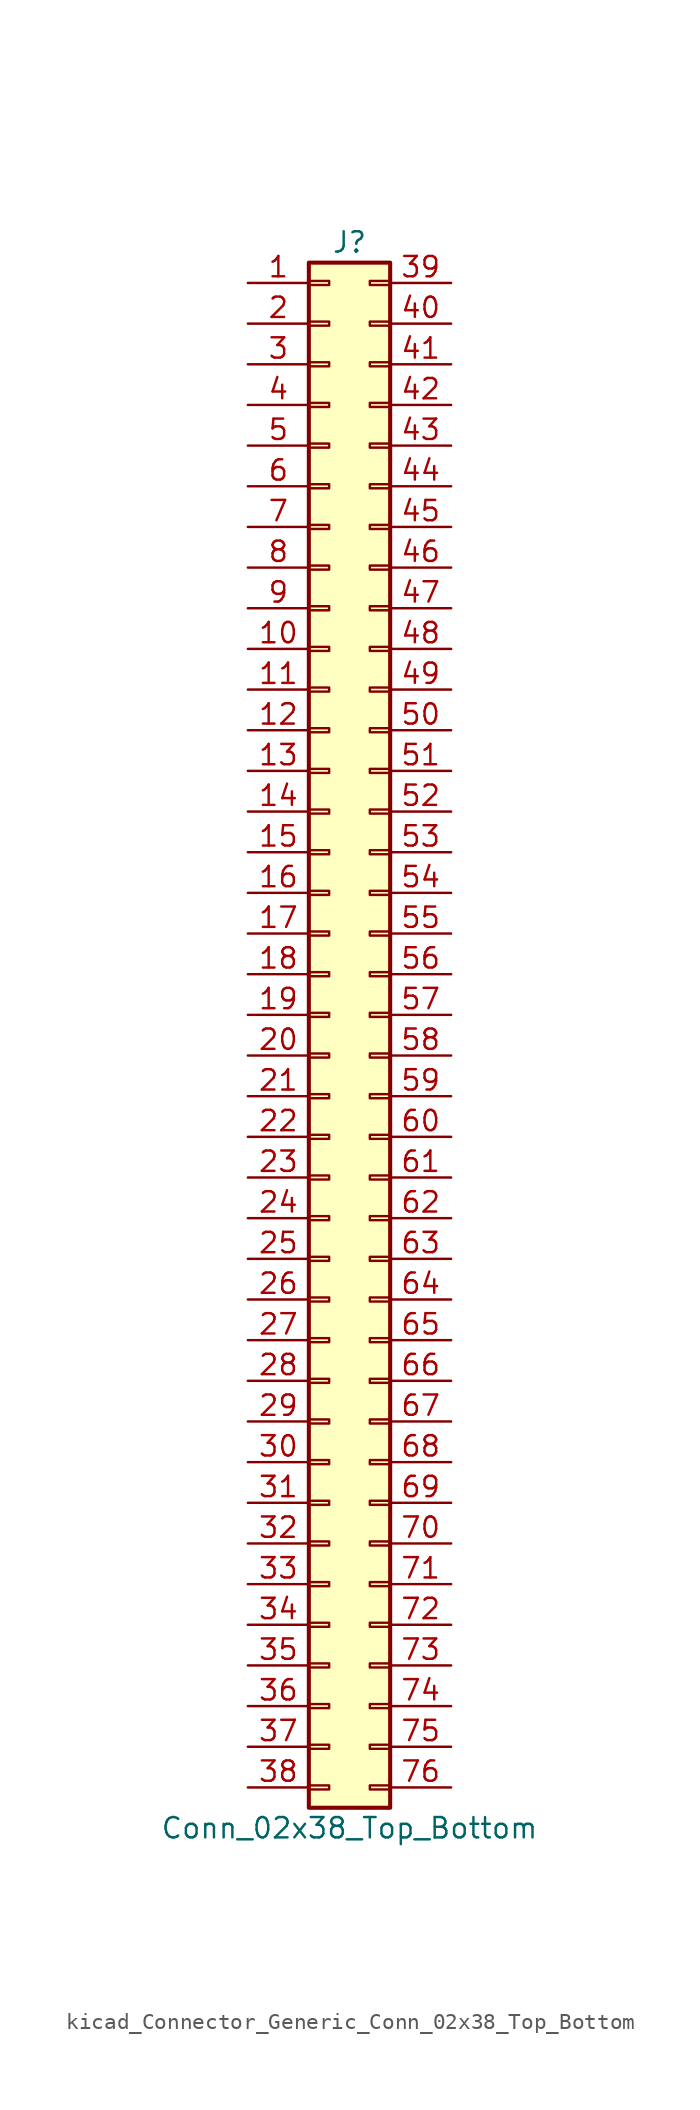
<source format=kicad_sym>
(kicad_symbol_lib
  (version 20220914)
  (generator kicad_symbol_editor)
  (symbol "kicad_Connector_Generic_Conn_02x38_Top_Bottom"
    (pin_names
      (offset 1.016) hide)
    (property "Reference" "J"
      (at 1.27 48.26 0)
      (effects (font (size 1.27 1.27))))
    (property "Value" "Conn_02x38_Top_Bottom"
      (at 1.27 -50.8 0)
      (effects (font (size 1.27 1.27))))
    (symbol "kicad_Connector_Generic_Conn_02x38_Top_Bottom_1_1"
      (rectangle (start -1.27 -48.133) (end 0 -48.387) (stroke (width 0.152) (type default)) (fill (type none)))
      (rectangle (start -1.27 -45.593) (end 0 -45.847) (stroke (width 0.152) (type default)) (fill (type none)))
      (rectangle (start -1.27 -43.053) (end 0 -43.307) (stroke (width 0.152) (type default)) (fill (type none)))
      (rectangle (start -1.27 -40.513) (end 0 -40.767) (stroke (width 0.152) (type default)) (fill (type none)))
      (rectangle (start -1.27 -37.973) (end 0 -38.227) (stroke (width 0.152) (type default)) (fill (type none)))
      (rectangle (start -1.27 -35.433) (end 0 -35.687) (stroke (width 0.152) (type default)) (fill (type none)))
      (rectangle (start -1.27 -32.893) (end 0 -33.147) (stroke (width 0.152) (type default)) (fill (type none)))
      (rectangle (start -1.27 -30.353) (end 0 -30.607) (stroke (width 0.152) (type default)) (fill (type none)))
      (rectangle (start -1.27 -27.813) (end 0 -28.067) (stroke (width 0.152) (type default)) (fill (type none)))
      (rectangle (start -1.27 -25.273) (end 0 -25.527) (stroke (width 0.152) (type default)) (fill (type none)))
      (rectangle (start -1.27 -22.733) (end 0 -22.987) (stroke (width 0.152) (type default)) (fill (type none)))
      (rectangle (start -1.27 -20.193) (end 0 -20.447) (stroke (width 0.152) (type default)) (fill (type none)))
      (rectangle (start -1.27 -17.653) (end 0 -17.907) (stroke (width 0.152) (type default)) (fill (type none)))
      (rectangle (start -1.27 -15.113) (end 0 -15.367) (stroke (width 0.152) (type default)) (fill (type none)))
      (rectangle (start -1.27 -12.573) (end 0 -12.827) (stroke (width 0.152) (type default)) (fill (type none)))
      (rectangle (start -1.27 -10.033) (end 0 -10.287) (stroke (width 0.152) (type default)) (fill (type none)))
      (rectangle (start -1.27 -7.493) (end 0 -7.747) (stroke (width 0.152) (type default)) (fill (type none)))
      (rectangle (start -1.27 -4.953) (end 0 -5.207) (stroke (width 0.152) (type default)) (fill (type none)))
      (rectangle (start -1.27 -2.413) (end 0 -2.667) (stroke (width 0.152) (type default)) (fill (type none)))
      (rectangle (start -1.27 0.127) (end 0 -0.127) (stroke (width 0.152) (type default)) (fill (type none)))
      (rectangle (start -1.27 2.667) (end 0 2.413) (stroke (width 0.152) (type default)) (fill (type none)))
      (rectangle (start -1.27 5.207) (end 0 4.953) (stroke (width 0.152) (type default)) (fill (type none)))
      (rectangle (start -1.27 7.747) (end 0 7.493) (stroke (width 0.152) (type default)) (fill (type none)))
      (rectangle (start -1.27 10.287) (end 0 10.033) (stroke (width 0.152) (type default)) (fill (type none)))
      (rectangle (start -1.27 12.827) (end 0 12.573) (stroke (width 0.152) (type default)) (fill (type none)))
      (rectangle (start -1.27 15.367) (end 0 15.113) (stroke (width 0.152) (type default)) (fill (type none)))
      (rectangle (start -1.27 17.907) (end 0 17.653) (stroke (width 0.152) (type default)) (fill (type none)))
      (rectangle (start -1.27 20.447) (end 0 20.193) (stroke (width 0.152) (type default)) (fill (type none)))
      (rectangle (start -1.27 22.987) (end 0 22.733) (stroke (width 0.152) (type default)) (fill (type none)))
      (rectangle (start -1.27 25.527) (end 0 25.273) (stroke (width 0.152) (type default)) (fill (type none)))
      (rectangle (start -1.27 28.067) (end 0 27.813) (stroke (width 0.152) (type default)) (fill (type none)))
      (rectangle (start -1.27 30.607) (end 0 30.353) (stroke (width 0.152) (type default)) (fill (type none)))
      (rectangle (start -1.27 33.147) (end 0 32.893) (stroke (width 0.152) (type default)) (fill (type none)))
      (rectangle (start -1.27 35.687) (end 0 35.433) (stroke (width 0.152) (type default)) (fill (type none)))
      (rectangle (start -1.27 38.227) (end 0 37.973) (stroke (width 0.152) (type default)) (fill (type none)))
      (rectangle (start -1.27 40.767) (end 0 40.513) (stroke (width 0.152) (type default)) (fill (type none)))
      (rectangle (start -1.27 43.307) (end 0 43.053) (stroke (width 0.152) (type default)) (fill (type none)))
      (rectangle (start -1.27 45.847) (end 0 45.593) (stroke (width 0.152) (type default)) (fill (type none)))
      (rectangle (start -1.27 46.99) (end 3.81 -49.53) (stroke (width 0.254) (type default)) (fill (type background)))
      (rectangle (start 3.81 -48.133) (end 2.54 -48.387) (stroke (width 0.152) (type default)) (fill (type none)))
      (rectangle (start 3.81 -45.593) (end 2.54 -45.847) (stroke (width 0.152) (type default)) (fill (type none)))
      (rectangle (start 3.81 -43.053) (end 2.54 -43.307) (stroke (width 0.152) (type default)) (fill (type none)))
      (rectangle (start 3.81 -40.513) (end 2.54 -40.767) (stroke (width 0.152) (type default)) (fill (type none)))
      (rectangle (start 3.81 -37.973) (end 2.54 -38.227) (stroke (width 0.152) (type default)) (fill (type none)))
      (rectangle (start 3.81 -35.433) (end 2.54 -35.687) (stroke (width 0.152) (type default)) (fill (type none)))
      (rectangle (start 3.81 -32.893) (end 2.54 -33.147) (stroke (width 0.152) (type default)) (fill (type none)))
      (rectangle (start 3.81 -30.353) (end 2.54 -30.607) (stroke (width 0.152) (type default)) (fill (type none)))
      (rectangle (start 3.81 -27.813) (end 2.54 -28.067) (stroke (width 0.152) (type default)) (fill (type none)))
      (rectangle (start 3.81 -25.273) (end 2.54 -25.527) (stroke (width 0.152) (type default)) (fill (type none)))
      (rectangle (start 3.81 -22.733) (end 2.54 -22.987) (stroke (width 0.152) (type default)) (fill (type none)))
      (rectangle (start 3.81 -20.193) (end 2.54 -20.447) (stroke (width 0.152) (type default)) (fill (type none)))
      (rectangle (start 3.81 -17.653) (end 2.54 -17.907) (stroke (width 0.152) (type default)) (fill (type none)))
      (rectangle (start 3.81 -15.113) (end 2.54 -15.367) (stroke (width 0.152) (type default)) (fill (type none)))
      (rectangle (start 3.81 -12.573) (end 2.54 -12.827) (stroke (width 0.152) (type default)) (fill (type none)))
      (rectangle (start 3.81 -10.033) (end 2.54 -10.287) (stroke (width 0.152) (type default)) (fill (type none)))
      (rectangle (start 3.81 -7.493) (end 2.54 -7.747) (stroke (width 0.152) (type default)) (fill (type none)))
      (rectangle (start 3.81 -4.953) (end 2.54 -5.207) (stroke (width 0.152) (type default)) (fill (type none)))
      (rectangle (start 3.81 -2.413) (end 2.54 -2.667) (stroke (width 0.152) (type default)) (fill (type none)))
      (rectangle (start 3.81 0.127) (end 2.54 -0.127) (stroke (width 0.152) (type default)) (fill (type none)))
      (rectangle (start 3.81 2.667) (end 2.54 2.413) (stroke (width 0.152) (type default)) (fill (type none)))
      (rectangle (start 3.81 5.207) (end 2.54 4.953) (stroke (width 0.152) (type default)) (fill (type none)))
      (rectangle (start 3.81 7.747) (end 2.54 7.493) (stroke (width 0.152) (type default)) (fill (type none)))
      (rectangle (start 3.81 10.287) (end 2.54 10.033) (stroke (width 0.152) (type default)) (fill (type none)))
      (rectangle (start 3.81 12.827) (end 2.54 12.573) (stroke (width 0.152) (type default)) (fill (type none)))
      (rectangle (start 3.81 15.367) (end 2.54 15.113) (stroke (width 0.152) (type default)) (fill (type none)))
      (rectangle (start 3.81 17.907) (end 2.54 17.653) (stroke (width 0.152) (type default)) (fill (type none)))
      (rectangle (start 3.81 20.447) (end 2.54 20.193) (stroke (width 0.152) (type default)) (fill (type none)))
      (rectangle (start 3.81 22.987) (end 2.54 22.733) (stroke (width 0.152) (type default)) (fill (type none)))
      (rectangle (start 3.81 25.527) (end 2.54 25.273) (stroke (width 0.152) (type default)) (fill (type none)))
      (rectangle (start 3.81 28.067) (end 2.54 27.813) (stroke (width 0.152) (type default)) (fill (type none)))
      (rectangle (start 3.81 30.607) (end 2.54 30.353) (stroke (width 0.152) (type default)) (fill (type none)))
      (rectangle (start 3.81 33.147) (end 2.54 32.893) (stroke (width 0.152) (type default)) (fill (type none)))
      (rectangle (start 3.81 35.687) (end 2.54 35.433) (stroke (width 0.152) (type default)) (fill (type none)))
      (rectangle (start 3.81 38.227) (end 2.54 37.973) (stroke (width 0.152) (type default)) (fill (type none)))
      (rectangle (start 3.81 40.767) (end 2.54 40.513) (stroke (width 0.152) (type default)) (fill (type none)))
      (rectangle (start 3.81 43.307) (end 2.54 43.053) (stroke (width 0.152) (type default)) (fill (type none)))
      (rectangle (start 3.81 45.847) (end 2.54 45.593) (stroke (width 0.152) (type default)) (fill (type none)))
      (pin passive line (at -5.08 45.72 0) (length 3.81) (name "Pin_1" (effects (font (size 1.27 1.27)))) (number "1" (effects (font (size 1.27 1.27)))))
      (pin passive line (at -5.08 22.86 0) (length 3.81) (name "Pin_10" (effects (font (size 1.27 1.27)))) (number "10" (effects (font (size 1.27 1.27)))))
      (pin passive line (at -5.08 20.32 0) (length 3.81) (name "Pin_11" (effects (font (size 1.27 1.27)))) (number "11" (effects (font (size 1.27 1.27)))))
      (pin passive line (at -5.08 17.78 0) (length 3.81) (name "Pin_12" (effects (font (size 1.27 1.27)))) (number "12" (effects (font (size 1.27 1.27)))))
      (pin passive line (at -5.08 15.24 0) (length 3.81) (name "Pin_13" (effects (font (size 1.27 1.27)))) (number "13" (effects (font (size 1.27 1.27)))))
      (pin passive line (at -5.08 12.7 0) (length 3.81) (name "Pin_14" (effects (font (size 1.27 1.27)))) (number "14" (effects (font (size 1.27 1.27)))))
      (pin passive line (at -5.08 10.16 0) (length 3.81) (name "Pin_15" (effects (font (size 1.27 1.27)))) (number "15" (effects (font (size 1.27 1.27)))))
      (pin passive line (at -5.08 7.62 0) (length 3.81) (name "Pin_16" (effects (font (size 1.27 1.27)))) (number "16" (effects (font (size 1.27 1.27)))))
      (pin passive line (at -5.08 5.08 0) (length 3.81) (name "Pin_17" (effects (font (size 1.27 1.27)))) (number "17" (effects (font (size 1.27 1.27)))))
      (pin passive line (at -5.08 2.54 0) (length 3.81) (name "Pin_18" (effects (font (size 1.27 1.27)))) (number "18" (effects (font (size 1.27 1.27)))))
      (pin passive line (at -5.08 0 0) (length 3.81) (name "Pin_19" (effects (font (size 1.27 1.27)))) (number "19" (effects (font (size 1.27 1.27)))))
      (pin passive line (at -5.08 43.18 0) (length 3.81) (name "Pin_2" (effects (font (size 1.27 1.27)))) (number "2" (effects (font (size 1.27 1.27)))))
      (pin passive line (at -5.08 -2.54 0) (length 3.81) (name "Pin_20" (effects (font (size 1.27 1.27)))) (number "20" (effects (font (size 1.27 1.27)))))
      (pin passive line (at -5.08 -5.08 0) (length 3.81) (name "Pin_21" (effects (font (size 1.27 1.27)))) (number "21" (effects (font (size 1.27 1.27)))))
      (pin passive line (at -5.08 -7.62 0) (length 3.81) (name "Pin_22" (effects (font (size 1.27 1.27)))) (number "22" (effects (font (size 1.27 1.27)))))
      (pin passive line (at -5.08 -10.16 0) (length 3.81) (name "Pin_23" (effects (font (size 1.27 1.27)))) (number "23" (effects (font (size 1.27 1.27)))))
      (pin passive line (at -5.08 -12.7 0) (length 3.81) (name "Pin_24" (effects (font (size 1.27 1.27)))) (number "24" (effects (font (size 1.27 1.27)))))
      (pin passive line (at -5.08 -15.24 0) (length 3.81) (name "Pin_25" (effects (font (size 1.27 1.27)))) (number "25" (effects (font (size 1.27 1.27)))))
      (pin passive line (at -5.08 -17.78 0) (length 3.81) (name "Pin_26" (effects (font (size 1.27 1.27)))) (number "26" (effects (font (size 1.27 1.27)))))
      (pin passive line (at -5.08 -20.32 0) (length 3.81) (name "Pin_27" (effects (font (size 1.27 1.27)))) (number "27" (effects (font (size 1.27 1.27)))))
      (pin passive line (at -5.08 -22.86 0) (length 3.81) (name "Pin_28" (effects (font (size 1.27 1.27)))) (number "28" (effects (font (size 1.27 1.27)))))
      (pin passive line (at -5.08 -25.4 0) (length 3.81) (name "Pin_29" (effects (font (size 1.27 1.27)))) (number "29" (effects (font (size 1.27 1.27)))))
      (pin passive line (at -5.08 40.64 0) (length 3.81) (name "Pin_3" (effects (font (size 1.27 1.27)))) (number "3" (effects (font (size 1.27 1.27)))))
      (pin passive line (at -5.08 -27.94 0) (length 3.81) (name "Pin_30" (effects (font (size 1.27 1.27)))) (number "30" (effects (font (size 1.27 1.27)))))
      (pin passive line (at -5.08 -30.48 0) (length 3.81) (name "Pin_31" (effects (font (size 1.27 1.27)))) (number "31" (effects (font (size 1.27 1.27)))))
      (pin passive line (at -5.08 -33.02 0) (length 3.81) (name "Pin_32" (effects (font (size 1.27 1.27)))) (number "32" (effects (font (size 1.27 1.27)))))
      (pin passive line (at -5.08 -35.56 0) (length 3.81) (name "Pin_33" (effects (font (size 1.27 1.27)))) (number "33" (effects (font (size 1.27 1.27)))))
      (pin passive line (at -5.08 -38.1 0) (length 3.81) (name "Pin_34" (effects (font (size 1.27 1.27)))) (number "34" (effects (font (size 1.27 1.27)))))
      (pin passive line (at -5.08 -40.64 0) (length 3.81) (name "Pin_35" (effects (font (size 1.27 1.27)))) (number "35" (effects (font (size 1.27 1.27)))))
      (pin passive line (at -5.08 -43.18 0) (length 3.81) (name "Pin_36" (effects (font (size 1.27 1.27)))) (number "36" (effects (font (size 1.27 1.27)))))
      (pin passive line (at -5.08 -45.72 0) (length 3.81) (name "Pin_37" (effects (font (size 1.27 1.27)))) (number "37" (effects (font (size 1.27 1.27)))))
      (pin passive line (at -5.08 -48.26 0) (length 3.81) (name "Pin_38" (effects (font (size 1.27 1.27)))) (number "38" (effects (font (size 1.27 1.27)))))
      (pin passive line (at 7.62 45.72 180) (length 3.81) (name "Pin_39" (effects (font (size 1.27 1.27)))) (number "39" (effects (font (size 1.27 1.27)))))
      (pin passive line (at -5.08 38.1 0) (length 3.81) (name "Pin_4" (effects (font (size 1.27 1.27)))) (number "4" (effects (font (size 1.27 1.27)))))
      (pin passive line (at 7.62 43.18 180) (length 3.81) (name "Pin_40" (effects (font (size 1.27 1.27)))) (number "40" (effects (font (size 1.27 1.27)))))
      (pin passive line (at 7.62 40.64 180) (length 3.81) (name "Pin_41" (effects (font (size 1.27 1.27)))) (number "41" (effects (font (size 1.27 1.27)))))
      (pin passive line (at 7.62 38.1 180) (length 3.81) (name "Pin_42" (effects (font (size 1.27 1.27)))) (number "42" (effects (font (size 1.27 1.27)))))
      (pin passive line (at 7.62 35.56 180) (length 3.81) (name "Pin_43" (effects (font (size 1.27 1.27)))) (number "43" (effects (font (size 1.27 1.27)))))
      (pin passive line (at 7.62 33.02 180) (length 3.81) (name "Pin_44" (effects (font (size 1.27 1.27)))) (number "44" (effects (font (size 1.27 1.27)))))
      (pin passive line (at 7.62 30.48 180) (length 3.81) (name "Pin_45" (effects (font (size 1.27 1.27)))) (number "45" (effects (font (size 1.27 1.27)))))
      (pin passive line (at 7.62 27.94 180) (length 3.81) (name "Pin_46" (effects (font (size 1.27 1.27)))) (number "46" (effects (font (size 1.27 1.27)))))
      (pin passive line (at 7.62 25.4 180) (length 3.81) (name "Pin_47" (effects (font (size 1.27 1.27)))) (number "47" (effects (font (size 1.27 1.27)))))
      (pin passive line (at 7.62 22.86 180) (length 3.81) (name "Pin_48" (effects (font (size 1.27 1.27)))) (number "48" (effects (font (size 1.27 1.27)))))
      (pin passive line (at 7.62 20.32 180) (length 3.81) (name "Pin_49" (effects (font (size 1.27 1.27)))) (number "49" (effects (font (size 1.27 1.27)))))
      (pin passive line (at -5.08 35.56 0) (length 3.81) (name "Pin_5" (effects (font (size 1.27 1.27)))) (number "5" (effects (font (size 1.27 1.27)))))
      (pin passive line (at 7.62 17.78 180) (length 3.81) (name "Pin_50" (effects (font (size 1.27 1.27)))) (number "50" (effects (font (size 1.27 1.27)))))
      (pin passive line (at 7.62 15.24 180) (length 3.81) (name "Pin_51" (effects (font (size 1.27 1.27)))) (number "51" (effects (font (size 1.27 1.27)))))
      (pin passive line (at 7.62 12.7 180) (length 3.81) (name "Pin_52" (effects (font (size 1.27 1.27)))) (number "52" (effects (font (size 1.27 1.27)))))
      (pin passive line (at 7.62 10.16 180) (length 3.81) (name "Pin_53" (effects (font (size 1.27 1.27)))) (number "53" (effects (font (size 1.27 1.27)))))
      (pin passive line (at 7.62 7.62 180) (length 3.81) (name "Pin_54" (effects (font (size 1.27 1.27)))) (number "54" (effects (font (size 1.27 1.27)))))
      (pin passive line (at 7.62 5.08 180) (length 3.81) (name "Pin_55" (effects (font (size 1.27 1.27)))) (number "55" (effects (font (size 1.27 1.27)))))
      (pin passive line (at 7.62 2.54 180) (length 3.81) (name "Pin_56" (effects (font (size 1.27 1.27)))) (number "56" (effects (font (size 1.27 1.27)))))
      (pin passive line (at 7.62 0 180) (length 3.81) (name "Pin_57" (effects (font (size 1.27 1.27)))) (number "57" (effects (font (size 1.27 1.27)))))
      (pin passive line (at 7.62 -2.54 180) (length 3.81) (name "Pin_58" (effects (font (size 1.27 1.27)))) (number "58" (effects (font (size 1.27 1.27)))))
      (pin passive line (at 7.62 -5.08 180) (length 3.81) (name "Pin_59" (effects (font (size 1.27 1.27)))) (number "59" (effects (font (size 1.27 1.27)))))
      (pin passive line (at -5.08 33.02 0) (length 3.81) (name "Pin_6" (effects (font (size 1.27 1.27)))) (number "6" (effects (font (size 1.27 1.27)))))
      (pin passive line (at 7.62 -7.62 180) (length 3.81) (name "Pin_60" (effects (font (size 1.27 1.27)))) (number "60" (effects (font (size 1.27 1.27)))))
      (pin passive line (at 7.62 -10.16 180) (length 3.81) (name "Pin_61" (effects (font (size 1.27 1.27)))) (number "61" (effects (font (size 1.27 1.27)))))
      (pin passive line (at 7.62 -12.7 180) (length 3.81) (name "Pin_62" (effects (font (size 1.27 1.27)))) (number "62" (effects (font (size 1.27 1.27)))))
      (pin passive line (at 7.62 -15.24 180) (length 3.81) (name "Pin_63" (effects (font (size 1.27 1.27)))) (number "63" (effects (font (size 1.27 1.27)))))
      (pin passive line (at 7.62 -17.78 180) (length 3.81) (name "Pin_64" (effects (font (size 1.27 1.27)))) (number "64" (effects (font (size 1.27 1.27)))))
      (pin passive line (at 7.62 -20.32 180) (length 3.81) (name "Pin_65" (effects (font (size 1.27 1.27)))) (number "65" (effects (font (size 1.27 1.27)))))
      (pin passive line (at 7.62 -22.86 180) (length 3.81) (name "Pin_66" (effects (font (size 1.27 1.27)))) (number "66" (effects (font (size 1.27 1.27)))))
      (pin passive line (at 7.62 -25.4 180) (length 3.81) (name "Pin_67" (effects (font (size 1.27 1.27)))) (number "67" (effects (font (size 1.27 1.27)))))
      (pin passive line (at 7.62 -27.94 180) (length 3.81) (name "Pin_68" (effects (font (size 1.27 1.27)))) (number "68" (effects (font (size 1.27 1.27)))))
      (pin passive line (at 7.62 -30.48 180) (length 3.81) (name "Pin_69" (effects (font (size 1.27 1.27)))) (number "69" (effects (font (size 1.27 1.27)))))
      (pin passive line (at -5.08 30.48 0) (length 3.81) (name "Pin_7" (effects (font (size 1.27 1.27)))) (number "7" (effects (font (size 1.27 1.27)))))
      (pin passive line (at 7.62 -33.02 180) (length 3.81) (name "Pin_70" (effects (font (size 1.27 1.27)))) (number "70" (effects (font (size 1.27 1.27)))))
      (pin passive line (at 7.62 -35.56 180) (length 3.81) (name "Pin_71" (effects (font (size 1.27 1.27)))) (number "71" (effects (font (size 1.27 1.27)))))
      (pin passive line (at 7.62 -38.1 180) (length 3.81) (name "Pin_72" (effects (font (size 1.27 1.27)))) (number "72" (effects (font (size 1.27 1.27)))))
      (pin passive line (at 7.62 -40.64 180) (length 3.81) (name "Pin_73" (effects (font (size 1.27 1.27)))) (number "73" (effects (font (size 1.27 1.27)))))
      (pin passive line (at 7.62 -43.18 180) (length 3.81) (name "Pin_74" (effects (font (size 1.27 1.27)))) (number "74" (effects (font (size 1.27 1.27)))))
      (pin passive line (at 7.62 -45.72 180) (length 3.81) (name "Pin_75" (effects (font (size 1.27 1.27)))) (number "75" (effects (font (size 1.27 1.27)))))
      (pin passive line (at 7.62 -48.26 180) (length 3.81) (name "Pin_76" (effects (font (size 1.27 1.27)))) (number "76" (effects (font (size 1.27 1.27)))))
      (pin passive line (at -5.08 27.94 0) (length 3.81) (name "Pin_8" (effects (font (size 1.27 1.27)))) (number "8" (effects (font (size 1.27 1.27)))))
      (pin passive line (at -5.08 25.4 0) (length 3.81) (name "Pin_9" (effects (font (size 1.27 1.27)))) (number "9" (effects (font (size 1.27 1.27))))))))
</source>
